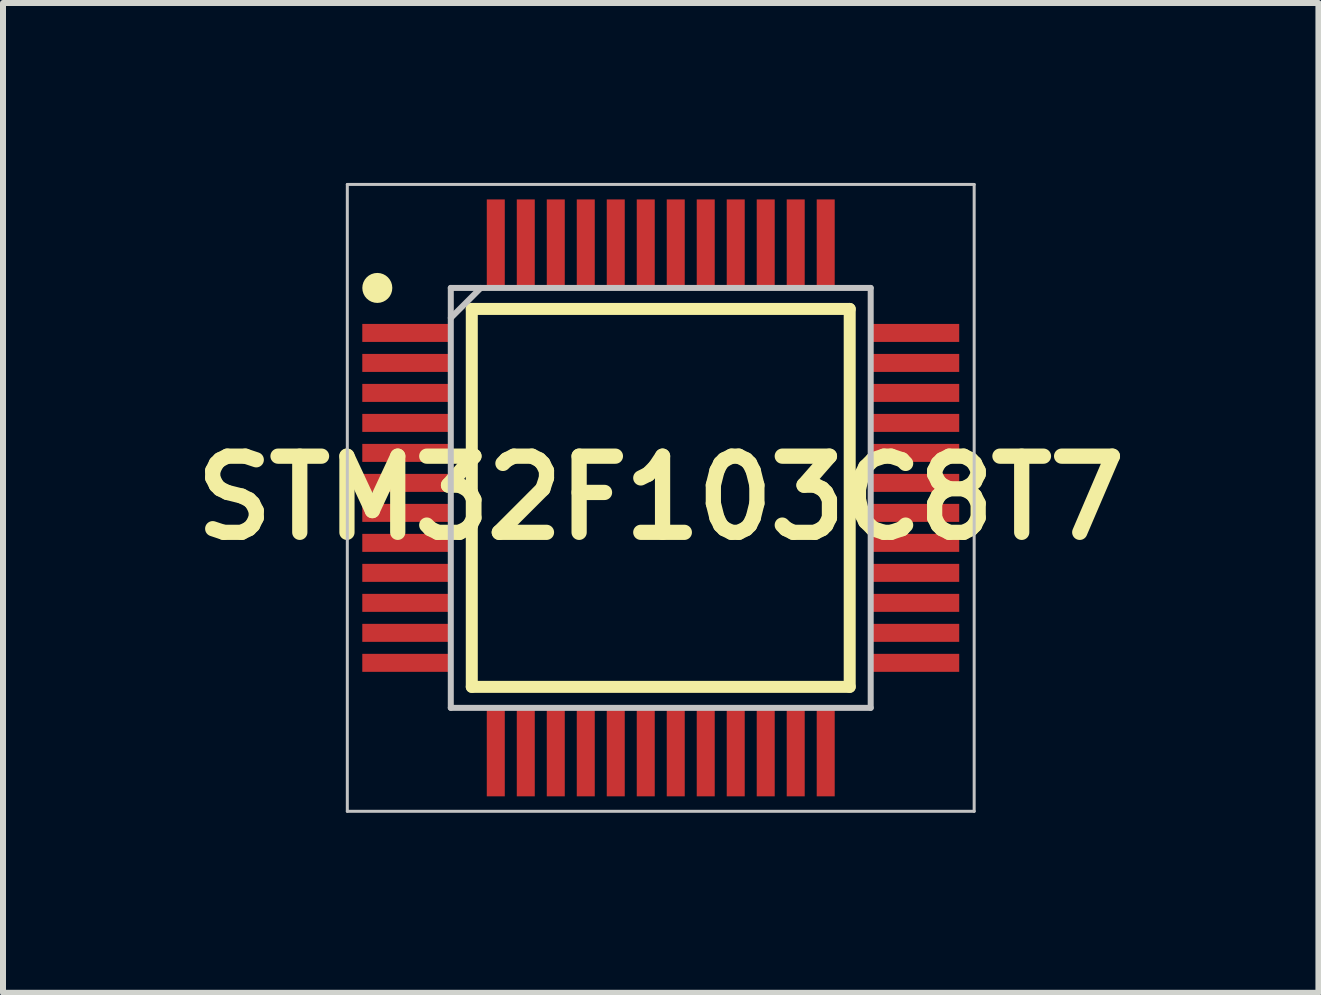
<source format=kicad_pcb>
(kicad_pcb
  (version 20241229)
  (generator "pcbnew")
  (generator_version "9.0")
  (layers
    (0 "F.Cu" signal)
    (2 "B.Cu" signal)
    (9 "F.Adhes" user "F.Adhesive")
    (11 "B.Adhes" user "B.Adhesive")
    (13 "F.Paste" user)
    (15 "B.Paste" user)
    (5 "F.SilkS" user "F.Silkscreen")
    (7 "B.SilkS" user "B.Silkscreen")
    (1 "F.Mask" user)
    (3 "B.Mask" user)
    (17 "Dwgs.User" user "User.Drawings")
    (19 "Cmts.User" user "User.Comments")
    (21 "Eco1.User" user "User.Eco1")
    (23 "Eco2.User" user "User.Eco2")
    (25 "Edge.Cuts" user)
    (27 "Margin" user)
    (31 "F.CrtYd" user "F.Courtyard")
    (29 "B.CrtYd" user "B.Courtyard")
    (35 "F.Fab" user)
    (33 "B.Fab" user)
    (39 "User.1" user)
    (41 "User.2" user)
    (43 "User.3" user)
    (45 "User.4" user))
  (footprint "STM32F103C8T7"
    (layer "F.Cu")
    (at 7.965 5.25)
    (property "Reference" "STM32F103C8T7" (at 0 0 0) (layer "F.SilkS") (effects (font (size 1.27 1.27) (thickness 0.254))))
    (attr smd)
    (fp_line (start -3.15 -3.15) (end 3.15 -3.15) (stroke (width 0.2) (type solid)) (layer "F.SilkS"))
    (fp_line (start -3.15 3.15) (end -3.15 -3.15) (stroke (width 0.2) (type solid)) (layer "F.SilkS"))
    (fp_line (start 3.15 -3.15) (end 3.15 3.15) (stroke (width 0.2) (type solid)) (layer "F.SilkS"))
    (fp_line (start 3.15 3.15) (end -3.15 3.15) (stroke (width 0.2) (type solid)) (layer "F.SilkS"))
    (fp_circle (center -4.725 -3.5) (end -4.725 -3.375) (stroke (width 0.25) (type solid)) (fill no) (layer "F.SilkS"))
    (fp_line (start -5.225 -5.225) (end 5.225 -5.225) (stroke (width 0.05) (type solid)) (layer "Dwgs.User"))
    (fp_line (start -5.225 5.225) (end -5.225 -5.225) (stroke (width 0.05) (type solid)) (layer "Dwgs.User"))
    (fp_line (start -3.5 -3.5) (end 3.5 -3.5) (stroke (width 0.1) (type solid)) (layer "Dwgs.User"))
    (fp_line (start -3.5 -3) (end -3 -3.5) (stroke (width 0.1) (type solid)) (layer "Dwgs.User"))
    (fp_line (start -3.5 3.5) (end -3.5 -3.5) (stroke (width 0.1) (type solid)) (layer "Dwgs.User"))
    (fp_line (start 3.5 -3.5) (end 3.5 3.5) (stroke (width 0.1) (type solid)) (layer "Dwgs.User"))
    (fp_line (start 3.5 3.5) (end -3.5 3.5) (stroke (width 0.1) (type solid)) (layer "Dwgs.User"))
    (fp_line (start 5.225 -5.225) (end 5.225 5.225) (stroke (width 0.05) (type solid)) (layer "Dwgs.User"))
    (fp_line (start 5.225 5.225) (end -5.225 5.225) (stroke (width 0.05) (type solid)) (layer "Dwgs.User"))
    (pad "1" smd rect (at -4.238 -2.75 90) (size 0.3 1.475) (layers "F.Cu" "F.Paste"))
    (pad "2" smd rect (at -4.238 -2.25 90) (size 0.3 1.475) (layers "F.Cu" "F.Paste"))
    (pad "3" smd rect (at -4.238 -1.75 90) (size 0.3 1.475) (layers "F.Cu" "F.Paste"))
    (pad "4" smd rect (at -4.238 -1.25 90) (size 0.3 1.475) (layers "F.Cu" "F.Paste"))
    (pad "5" smd rect (at -4.238 -0.75 90) (size 0.3 1.475) (layers "F.Cu" "F.Paste"))
    (pad "6" smd rect (at -4.238 -0.25 90) (size 0.3 1.475) (layers "F.Cu" "F.Paste"))
    (pad "7" smd rect (at -4.238 0.25 90) (size 0.3 1.475) (layers "F.Cu" "F.Paste"))
    (pad "8" smd rect (at -4.238 0.75 90) (size 0.3 1.475) (layers "F.Cu" "F.Paste"))
    (pad "9" smd rect (at -4.238 1.25 90) (size 0.3 1.475) (layers "F.Cu" "F.Paste"))
    (pad "10" smd rect (at -4.238 1.75 90) (size 0.3 1.475) (layers "F.Cu" "F.Paste"))
    (pad "11" smd rect (at -4.238 2.25 90) (size 0.3 1.475) (layers "F.Cu" "F.Paste"))
    (pad "12" smd rect (at -4.238 2.75 90) (size 0.3 1.475) (layers "F.Cu" "F.Paste"))
    (pad "13" smd rect (at -2.75 4.238) (size 0.3 1.475) (layers "F.Cu" "F.Paste"))
    (pad "14" smd rect (at -2.25 4.238) (size 0.3 1.475) (layers "F.Cu" "F.Paste"))
    (pad "15" smd rect (at -1.75 4.238) (size 0.3 1.475) (layers "F.Cu" "F.Paste"))
    (pad "16" smd rect (at -1.25 4.238) (size 0.3 1.475) (layers "F.Cu" "F.Paste"))
    (pad "17" smd rect (at -0.75 4.238) (size 0.3 1.475) (layers "F.Cu" "F.Paste"))
    (pad "18" smd rect (at -0.25 4.238) (size 0.3 1.475) (layers "F.Cu" "F.Paste"))
    (pad "19" smd rect (at 0.25 4.238) (size 0.3 1.475) (layers "F.Cu" "F.Paste"))
    (pad "20" smd rect (at 0.75 4.238) (size 0.3 1.475) (layers "F.Cu" "F.Paste"))
    (pad "21" smd rect (at 1.25 4.238) (size 0.3 1.475) (layers "F.Cu" "F.Paste"))
    (pad "22" smd rect (at 1.75 4.238) (size 0.3 1.475) (layers "F.Cu" "F.Paste"))
    (pad "23" smd rect (at 2.25 4.238) (size 0.3 1.475) (layers "F.Cu" "F.Paste"))
    (pad "24" smd rect (at 2.75 4.238) (size 0.3 1.475) (layers "F.Cu" "F.Paste"))
    (pad "25" smd rect (at 4.238 2.75 90) (size 0.3 1.475) (layers "F.Cu" "F.Paste"))
    (pad "26" smd rect (at 4.238 2.25 90) (size 0.3 1.475) (layers "F.Cu" "F.Paste"))
    (pad "27" smd rect (at 4.238 1.75 90) (size 0.3 1.475) (layers "F.Cu" "F.Paste"))
    (pad "28" smd rect (at 4.238 1.25 90) (size 0.3 1.475) (layers "F.Cu" "F.Paste"))
    (pad "29" smd rect (at 4.238 0.75 90) (size 0.3 1.475) (layers "F.Cu" "F.Paste"))
    (pad "30" smd rect (at 4.238 0.25 90) (size 0.3 1.475) (layers "F.Cu" "F.Paste"))
    (pad "31" smd rect (at 4.238 -0.25 90) (size 0.3 1.475) (layers "F.Cu" "F.Paste"))
    (pad "32" smd rect (at 4.238 -0.75 90) (size 0.3 1.475) (layers "F.Cu" "F.Paste"))
    (pad "33" smd rect (at 4.238 -1.25 90) (size 0.3 1.475) (layers "F.Cu" "F.Paste"))
    (pad "34" smd rect (at 4.238 -1.75 90) (size 0.3 1.475) (layers "F.Cu" "F.Paste"))
    (pad "35" smd rect (at 4.238 -2.25 90) (size 0.3 1.475) (layers "F.Cu" "F.Paste"))
    (pad "36" smd rect (at 4.238 -2.75 90) (size 0.3 1.475) (layers "F.Cu" "F.Paste"))
    (pad "37" smd rect (at 2.75 -4.238) (size 0.3 1.475) (layers "F.Cu" "F.Paste"))
    (pad "38" smd rect (at 2.25 -4.238) (size 0.3 1.475) (layers "F.Cu" "F.Paste"))
    (pad "39" smd rect (at 1.75 -4.238) (size 0.3 1.475) (layers "F.Cu" "F.Paste"))
    (pad "40" smd rect (at 1.25 -4.238) (size 0.3 1.475) (layers "F.Cu" "F.Paste"))
    (pad "41" smd rect (at 0.75 -4.238) (size 0.3 1.475) (layers "F.Cu" "F.Paste"))
    (pad "42" smd rect (at 0.25 -4.238) (size 0.3 1.475) (layers "F.Cu" "F.Paste"))
    (pad "43" smd rect (at -0.25 -4.238) (size 0.3 1.475) (layers "F.Cu" "F.Paste"))
    (pad "44" smd rect (at -0.75 -4.238) (size 0.3 1.475) (layers "F.Cu" "F.Paste"))
    (pad "45" smd rect (at -1.25 -4.238) (size 0.3 1.475) (layers "F.Cu" "F.Paste"))
    (pad "46" smd rect (at -1.75 -4.238) (size 0.3 1.475) (layers "F.Cu" "F.Paste"))
    (pad "47" smd rect (at -2.25 -4.238) (size 0.3 1.475) (layers "F.Cu" "F.Paste"))
    (pad "48" smd rect (at -2.75 -4.238) (size 0.3 1.475) (layers "F.Cu" "F.Paste")))
  (gr_rect
    (start -3 -3)
    (end 18.929 13.5)
    (stroke (width 0.1) (type default))
    (fill no)
    (layer "Edge.Cuts")))
</source>
